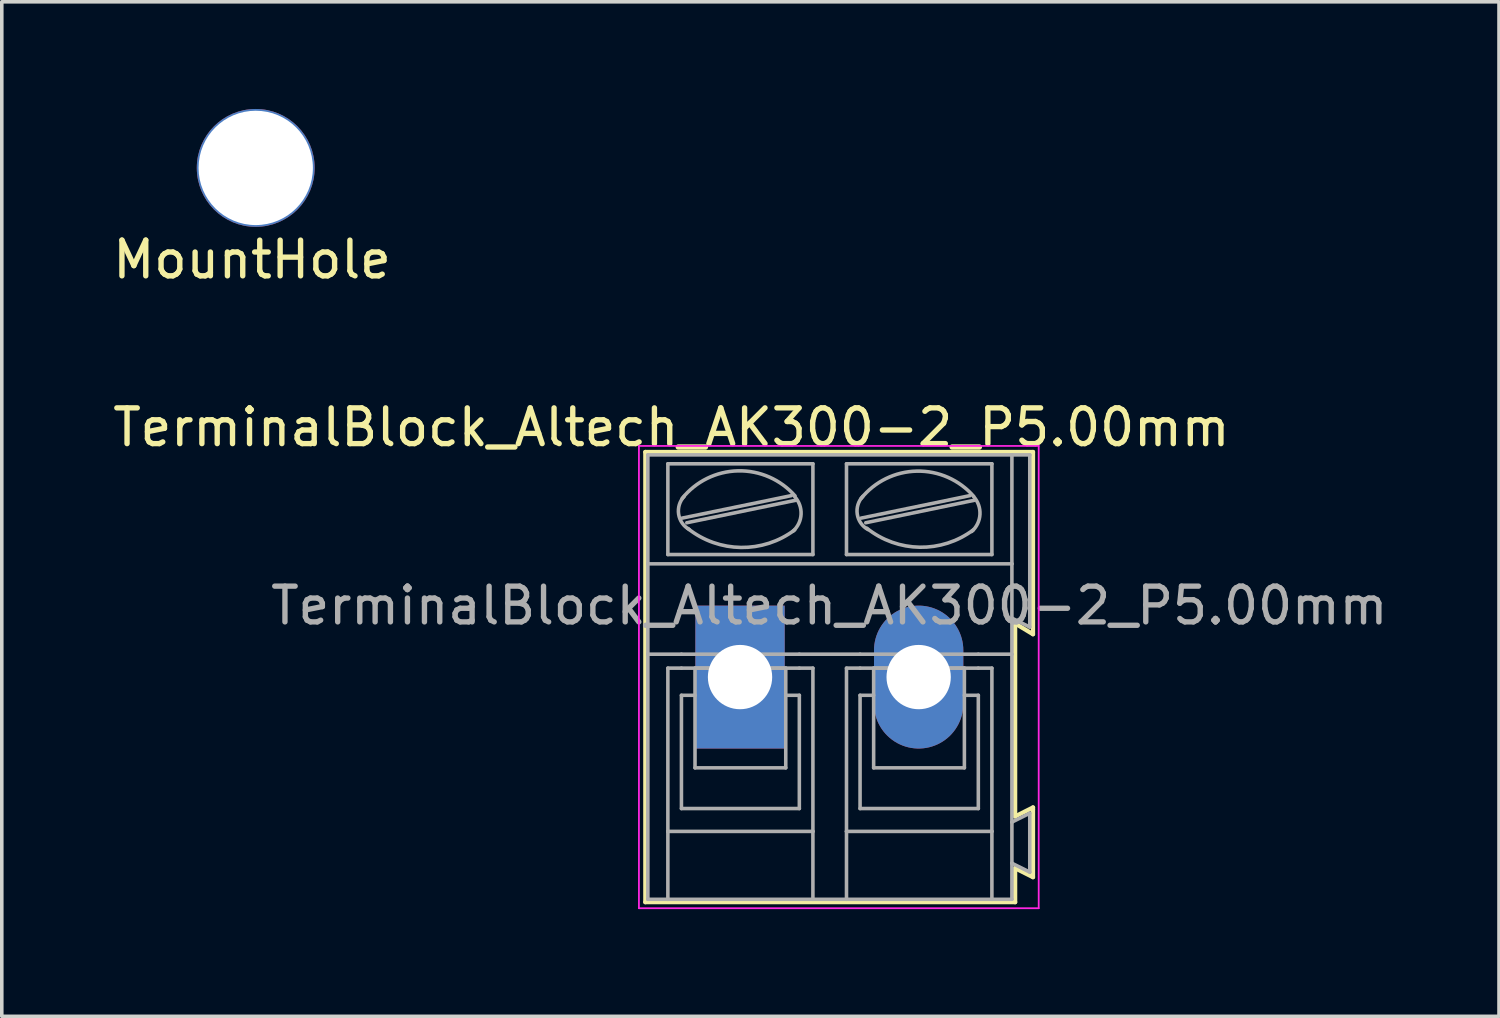
<source format=kicad_pcb>
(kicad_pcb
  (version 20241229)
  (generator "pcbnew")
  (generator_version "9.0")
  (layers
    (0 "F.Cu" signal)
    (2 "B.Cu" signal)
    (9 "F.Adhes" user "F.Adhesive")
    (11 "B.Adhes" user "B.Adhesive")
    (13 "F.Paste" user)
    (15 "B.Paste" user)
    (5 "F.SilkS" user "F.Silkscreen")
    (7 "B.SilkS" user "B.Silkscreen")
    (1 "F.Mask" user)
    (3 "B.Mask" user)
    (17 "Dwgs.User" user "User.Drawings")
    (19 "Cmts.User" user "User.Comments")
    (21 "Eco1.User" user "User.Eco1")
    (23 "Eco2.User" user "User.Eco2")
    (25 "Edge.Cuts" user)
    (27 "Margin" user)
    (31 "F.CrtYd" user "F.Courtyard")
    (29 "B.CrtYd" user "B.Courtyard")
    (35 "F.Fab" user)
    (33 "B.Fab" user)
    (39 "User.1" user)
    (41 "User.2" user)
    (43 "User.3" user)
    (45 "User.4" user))
  (footprint "TerminalBlock_Altech_AK300-2_P5.00mm"
    (layer "F.Cu")
    (at 17.664 15.902)
    (property "Reference" "TerminalBlock_Altech_AK300-2_P5.00mm" (at -1.92 -6.99 0) (layer "F.SilkS") (effects (font (size 1 1) (thickness 0.15))))
    (attr through_hole)
    (fp_line (start -2.65 -6.3) (end -2.65 6.3) (stroke (width 0.12) (type solid)) (layer "F.SilkS"))
    (fp_line (start -2.65 6.3) (end 7.7 6.3) (stroke (width 0.12) (type solid)) (layer "F.SilkS"))
    (fp_line (start 7.7 -1.5) (end 8.2 -1.2) (stroke (width 0.12) (type solid)) (layer "F.SilkS"))
    (fp_line (start 7.7 3.9) (end 7.7 -1.5) (stroke (width 0.12) (type solid)) (layer "F.SilkS"))
    (fp_line (start 7.7 5.35) (end 8.2 5.6) (stroke (width 0.12) (type solid)) (layer "F.SilkS"))
    (fp_line (start 7.7 6.3) (end 7.7 5.35) (stroke (width 0.12) (type solid)) (layer "F.SilkS"))
    (fp_line (start 8.2 -6.3) (end -2.65 -6.3) (stroke (width 0.12) (type solid)) (layer "F.SilkS"))
    (fp_line (start 8.2 -1.2) (end 8.2 -6.3) (stroke (width 0.12) (type solid)) (layer "F.SilkS"))
    (fp_line (start 8.2 3.65) (end 7.7 3.9) (stroke (width 0.12) (type solid)) (layer "F.SilkS"))
    (fp_line (start 8.2 3.7) (end 8.2 3.65) (stroke (width 0.12) (type solid)) (layer "F.SilkS"))
    (fp_line (start 8.2 5.6) (end 8.2 3.7) (stroke (width 0.12) (type solid)) (layer "F.SilkS"))
    (fp_line (start -2.83 -6.47) (end -2.83 6.47) (stroke (width 0.05) (type solid)) (layer "F.CrtYd"))
    (fp_line (start -2.83 -6.47) (end 8.36 -6.47) (stroke (width 0.05) (type solid)) (layer "F.CrtYd"))
    (fp_line (start 8.36 6.47) (end -2.83 6.47) (stroke (width 0.05) (type solid)) (layer "F.CrtYd"))
    (fp_line (start 8.36 6.47) (end 8.36 -6.47) (stroke (width 0.05) (type solid)) (layer "F.CrtYd"))
    (fp_line (start -2.58 -3.17) (end -2.58 -6.22) (stroke (width 0.1) (type solid)) (layer "F.Fab"))
    (fp_line (start -2.58 -3.17) (end 7.61 -3.17) (stroke (width 0.1) (type solid)) (layer "F.Fab"))
    (fp_line (start -2.58 -0.64) (end -2.58 -3.17) (stroke (width 0.1) (type solid)) (layer "F.Fab"))
    (fp_line (start -2.58 -0.64) (end -1.64 -0.64) (stroke (width 0.1) (type solid)) (layer "F.Fab"))
    (fp_line (start -2.58 6.22) (end -2.58 -0.64) (stroke (width 0.1) (type solid)) (layer "F.Fab"))
    (fp_line (start -2.58 6.22) (end -2.02 6.22) (stroke (width 0.1) (type solid)) (layer "F.Fab"))
    (fp_line (start -2.02 -3.43) (end -2.02 -5.97) (stroke (width 0.1) (type solid)) (layer "F.Fab"))
    (fp_line (start -2.02 -0.25) (end -2.02 4.32) (stroke (width 0.1) (type solid)) (layer "F.Fab"))
    (fp_line (start -2.02 -0.25) (end -1.64 -0.25) (stroke (width 0.1) (type solid)) (layer "F.Fab"))
    (fp_line (start -2.02 4.32) (end -2.02 6.22) (stroke (width 0.1) (type solid)) (layer "F.Fab"))
    (fp_line (start -2.02 6.22) (end 2.04 6.22) (stroke (width 0.1) (type solid)) (layer "F.Fab"))
    (fp_line (start -1.64 -0.64) (end 1.66 -0.64) (stroke (width 0.1) (type solid)) (layer "F.Fab"))
    (fp_line (start -1.64 0.51) (end -1.26 0.51) (stroke (width 0.1) (type solid)) (layer "F.Fab"))
    (fp_line (start -1.64 3.68) (end -1.64 0.51) (stroke (width 0.1) (type solid)) (layer "F.Fab"))
    (fp_line (start -1.62 -4.45) (end 1.44 -5.08) (stroke (width 0.1) (type solid)) (layer "F.Fab"))
    (fp_line (start -1.49 -4.32) (end 1.56 -4.95) (stroke (width 0.1) (type solid)) (layer "F.Fab"))
    (fp_line (start -1.26 -0.25) (end 1.28 -0.25) (stroke (width 0.1) (type solid)) (layer "F.Fab"))
    (fp_line (start -1.26 2.54) (end -1.26 -0.25) (stroke (width 0.1) (type solid)) (layer "F.Fab"))
    (fp_line (start -1.26 2.54) (end 1.28 2.54) (stroke (width 0.1) (type solid)) (layer "F.Fab"))
    (fp_line (start 1.28 2.54) (end 1.28 -0.25) (stroke (width 0.1) (type solid)) (layer "F.Fab"))
    (fp_line (start 1.66 -0.64) (end 3.36 -0.64) (stroke (width 0.1) (type solid)) (layer "F.Fab"))
    (fp_line (start 1.66 -0.25) (end -1.64 -0.25) (stroke (width 0.1) (type solid)) (layer "F.Fab"))
    (fp_line (start 1.66 0.51) (end 1.28 0.51) (stroke (width 0.1) (type solid)) (layer "F.Fab"))
    (fp_line (start 1.66 3.68) (end -1.64 3.68) (stroke (width 0.1) (type solid)) (layer "F.Fab"))
    (fp_line (start 1.66 3.68) (end 1.66 0.51) (stroke (width 0.1) (type solid)) (layer "F.Fab"))
    (fp_line (start 2.04 -5.97) (end -2.02 -5.97) (stroke (width 0.1) (type solid)) (layer "F.Fab"))
    (fp_line (start 2.04 -3.43) (end -2.02 -3.43) (stroke (width 0.1) (type solid)) (layer "F.Fab"))
    (fp_line (start 2.04 -3.43) (end 2.04 -5.97) (stroke (width 0.1) (type solid)) (layer "F.Fab"))
    (fp_line (start 2.04 -0.25) (end 1.66 -0.25) (stroke (width 0.1) (type solid)) (layer "F.Fab"))
    (fp_line (start 2.04 4.32) (end -2.02 4.32) (stroke (width 0.1) (type solid)) (layer "F.Fab"))
    (fp_line (start 2.04 4.32) (end 2.04 -0.25) (stroke (width 0.1) (type solid)) (layer "F.Fab"))
    (fp_line (start 2.04 6.22) (end 2.04 4.32) (stroke (width 0.1) (type solid)) (layer "F.Fab"))
    (fp_line (start 2.04 6.22) (end 2.98 6.22) (stroke (width 0.1) (type solid)) (layer "F.Fab"))
    (fp_line (start 2.98 -5.97) (end 7.05 -5.97) (stroke (width 0.1) (type solid)) (layer "F.Fab"))
    (fp_line (start 2.98 -3.43) (end 2.98 -5.97) (stroke (width 0.1) (type solid)) (layer "F.Fab"))
    (fp_line (start 2.98 -0.25) (end 3.36 -0.25) (stroke (width 0.1) (type solid)) (layer "F.Fab"))
    (fp_line (start 2.98 4.32) (end 2.98 -0.25) (stroke (width 0.1) (type solid)) (layer "F.Fab"))
    (fp_line (start 2.98 4.32) (end 7.05 4.32) (stroke (width 0.1) (type solid)) (layer "F.Fab"))
    (fp_line (start 2.98 6.22) (end 2.98 4.32) (stroke (width 0.1) (type solid)) (layer "F.Fab"))
    (fp_line (start 2.98 6.22) (end 7.05 6.22) (stroke (width 0.1) (type solid)) (layer "F.Fab"))
    (fp_line (start 3.36 -0.25) (end 6.67 -0.25) (stroke (width 0.1) (type solid)) (layer "F.Fab"))
    (fp_line (start 3.36 0.51) (end 3.74 0.51) (stroke (width 0.1) (type solid)) (layer "F.Fab"))
    (fp_line (start 3.36 3.68) (end 3.36 0.51) (stroke (width 0.1) (type solid)) (layer "F.Fab"))
    (fp_line (start 3.39 -4.45) (end 6.44 -5.08) (stroke (width 0.1) (type solid)) (layer "F.Fab"))
    (fp_line (start 3.52 -4.32) (end 6.56 -4.95) (stroke (width 0.1) (type solid)) (layer "F.Fab"))
    (fp_line (start 3.74 -0.25) (end 6.28 -0.25) (stroke (width 0.1) (type solid)) (layer "F.Fab"))
    (fp_line (start 3.74 2.54) (end 3.74 -0.25) (stroke (width 0.1) (type solid)) (layer "F.Fab"))
    (fp_line (start 3.74 2.54) (end 6.28 2.54) (stroke (width 0.1) (type solid)) (layer "F.Fab"))
    (fp_line (start 6.28 2.54) (end 6.28 -0.25) (stroke (width 0.1) (type solid)) (layer "F.Fab"))
    (fp_line (start 6.67 -0.64) (end 3.36 -0.64) (stroke (width 0.1) (type solid)) (layer "F.Fab"))
    (fp_line (start 6.67 0.51) (end 6.28 0.51) (stroke (width 0.1) (type solid)) (layer "F.Fab"))
    (fp_line (start 6.67 3.68) (end 3.36 3.68) (stroke (width 0.1) (type solid)) (layer "F.Fab"))
    (fp_line (start 6.67 3.68) (end 6.67 0.51) (stroke (width 0.1) (type solid)) (layer "F.Fab"))
    (fp_line (start 7.05 -5.97) (end 7.05 -3.43) (stroke (width 0.1) (type solid)) (layer "F.Fab"))
    (fp_line (start 7.05 -3.43) (end 2.98 -3.43) (stroke (width 0.1) (type solid)) (layer "F.Fab"))
    (fp_line (start 7.05 -0.25) (end 6.67 -0.25) (stroke (width 0.1) (type solid)) (layer "F.Fab"))
    (fp_line (start 7.05 -0.25) (end 7.05 4.32) (stroke (width 0.1) (type solid)) (layer "F.Fab"))
    (fp_line (start 7.05 4.32) (end 7.05 6.22) (stroke (width 0.1) (type solid)) (layer "F.Fab"))
    (fp_line (start 7.05 6.22) (end 7.61 6.22) (stroke (width 0.1) (type solid)) (layer "F.Fab"))
    (fp_line (start 7.61 -6.22) (end -2.58 -6.22) (stroke (width 0.1) (type solid)) (layer "F.Fab"))
    (fp_line (start 7.61 -6.22) (end 7.61 -3.17) (stroke (width 0.1) (type solid)) (layer "F.Fab"))
    (fp_line (start 7.61 -6.22) (end 8.11 -6.22) (stroke (width 0.1) (type solid)) (layer "F.Fab"))
    (fp_line (start 7.61 -3.17) (end 7.61 -1.65) (stroke (width 0.1) (type solid)) (layer "F.Fab"))
    (fp_line (start 7.61 -1.65) (end 7.61 -0.64) (stroke (width 0.1) (type solid)) (layer "F.Fab"))
    (fp_line (start 7.61 -0.64) (end 6.67 -0.64) (stroke (width 0.1) (type solid)) (layer "F.Fab"))
    (fp_line (start 7.61 -0.64) (end 7.61 4.06) (stroke (width 0.1) (type solid)) (layer "F.Fab"))
    (fp_line (start 7.61 4.06) (end 7.61 5.21) (stroke (width 0.1) (type solid)) (layer "F.Fab"))
    (fp_line (start 7.61 5.21) (end 7.61 6.22) (stroke (width 0.1) (type solid)) (layer "F.Fab"))
    (fp_line (start 8.11 -6.22) (end 8.11 -1.4) (stroke (width 0.1) (type solid)) (layer "F.Fab"))
    (fp_line (start 8.11 -1.4) (end 7.61 -1.65) (stroke (width 0.1) (type solid)) (layer "F.Fab"))
    (fp_line (start 8.11 3.81) (end 7.61 4.06) (stroke (width 0.1) (type solid)) (layer "F.Fab"))
    (fp_line (start 8.11 3.81) (end 8.11 5.46) (stroke (width 0.1) (type solid)) (layer "F.Fab"))
    (fp_line (start 8.11 5.46) (end 7.61 5.21) (stroke (width 0.1) (type solid)) (layer "F.Fab"))
    (fp_arc (start -1.62 -5) (mid -0.05669 -5.772528) (end 1.539976 -5.071534) (stroke (width 0.1) (type solid)) (layer "F.Fab"))
    (fp_arc (start -1.42 -4.13) (mid -1.718466 -4.559406) (end -1.562972 -5.058699) (stroke (width 0.1) (type solid)) (layer "F.Fab"))
    (fp_arc (start 1.53 -5.05) (mid 1.708693 -4.558754) (end 1.485619 -4.086005) (stroke (width 0.1) (type solid)) (layer "F.Fab"))
    (fp_arc (start 1.53 -4.12) (mid 0.02849 -3.628196) (end -1.459829 -4.158582) (stroke (width 0.1) (type solid)) (layer "F.Fab"))
    (fp_arc (start 3.39 -5) (mid 4.949737 -5.764867) (end 6.538239 -5.061686) (stroke (width 0.1) (type solid)) (layer "F.Fab"))
    (fp_arc (start 3.58 -4.13) (mid 3.281534 -4.559406) (end 3.437028 -5.058699) (stroke (width 0.1) (type solid)) (layer "F.Fab"))
    (fp_arc (start 6.53 -4.12) (mid 5.030583 -3.634318) (end 3.547667 -4.168263) (stroke (width 0.1) (type solid)) (layer "F.Fab"))
    (fp_arc (start 6.54 -5.05) (mid 6.715733 -4.551652) (end 6.485532 -4.076005) (stroke (width 0.1) (type solid)) (layer "F.Fab"))
    (fp_text user "${REFERENCE}" (at 2.5 -2 0) (layer "F.Fab") (effects (font (size 1 1) (thickness 0.15))))
    (pad "1" thru_hole rect (at 0 0) (size 2.5 4) (drill 1.8) (layers "*.Cu" "*.Mask"))
    (pad "2" thru_hole oval (at 5 0) (size 2.5 4) (drill 1.8) (layers "*.Cu" "*.Mask")))
  (footprint "MountHole"
    (layer "F.Cu")
    (at 4.108 1.625)
    (property "Reference" "MountHole" (at -0.102 2.591 0) (layer "F.SilkS") (effects (font (size 1 1) (thickness 0.15))))
    (attr through_hole)
    (pad "" thru_hole circle (at 0 0.025) (size 3.3 3.3) (drill 3.2) (layers "*.Cu" "*.Mask")))
  (gr_rect
    (start -3 -3)
    (end 38.908 25.397)
    (stroke (width 0.1) (type default))
    (fill no)
    (layer "Edge.Cuts")))
</source>
